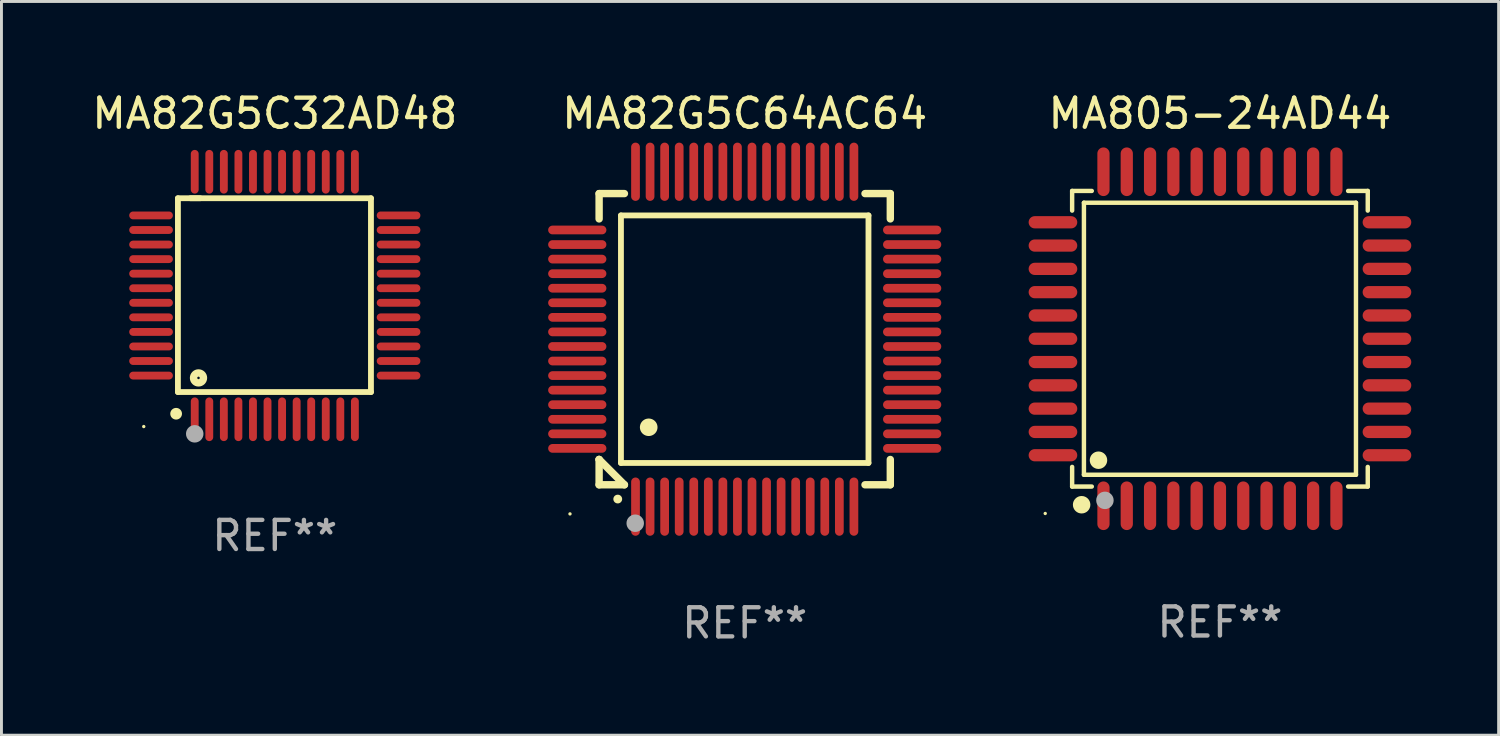
<source format=kicad_pcb>
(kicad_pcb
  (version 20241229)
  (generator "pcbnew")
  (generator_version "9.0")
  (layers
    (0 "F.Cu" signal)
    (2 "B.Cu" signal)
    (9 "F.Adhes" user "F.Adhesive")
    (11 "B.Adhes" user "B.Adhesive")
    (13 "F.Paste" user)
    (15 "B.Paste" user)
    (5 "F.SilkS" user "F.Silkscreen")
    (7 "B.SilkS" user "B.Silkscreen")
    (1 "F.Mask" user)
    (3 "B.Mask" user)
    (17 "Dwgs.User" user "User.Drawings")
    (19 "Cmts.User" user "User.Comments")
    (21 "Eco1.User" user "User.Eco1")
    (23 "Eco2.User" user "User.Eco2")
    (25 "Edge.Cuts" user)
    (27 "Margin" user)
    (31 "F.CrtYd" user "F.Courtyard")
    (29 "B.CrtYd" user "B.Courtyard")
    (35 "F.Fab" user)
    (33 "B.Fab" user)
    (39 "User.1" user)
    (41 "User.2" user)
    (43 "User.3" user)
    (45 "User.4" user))
  (footprint "MA82G5C32AD48"
    (layer "F.Cu")
    (at 6.387 7.098)
    (property "Reference" "MA82G5C32AD48" (at 0 -6.25 0) (layer "F.SilkS") (effects (font (size 1 1) (thickness 0.15))))
    (attr through_hole)
    (fp_line (start -3.327 -3.34) (end -2.565 -3.34) (stroke (width 0.2) (type solid)) (layer "F.SilkS"))
    (fp_line (start -3.327 3.315) (end -3.327 -3.34) (stroke (width 0.2) (type solid)) (layer "F.SilkS"))
    (fp_line (start -2.896 -3.34) (end 3.302 -3.34) (stroke (width 0.2) (type solid)) (layer "F.SilkS"))
    (fp_line (start 3.302 -3.34) (end 3.302 3.315) (stroke (width 0.2) (type solid)) (layer "F.SilkS"))
    (fp_line (start 3.302 3.315) (end -3.327 3.315) (stroke (width 0.2) (type solid)) (layer "F.SilkS"))
    (fp_arc (start -3.389992 4.059995) (mid -3.388722 4.059991) (end -3.387452 4.059995) (stroke (width 0.4) (type solid)) (layer "F.SilkS"))
    (fp_circle (center -4.5 4.5) (end -4.47 4.5) (stroke (width 0.06) (type solid)) (fill no) (layer "F.SilkS"))
    (fp_circle (center -2.62 2.83) (end -2.45 2.83) (stroke (width 0.254) (type solid)) (fill no) (layer "F.SilkS"))
    (fp_circle (center -2.75 4.75) (end -2.6 4.75) (stroke (width 0.3) (type solid)) (fill no) (layer "F.Fab"))
    (fp_text user "REF**" (at 0 8.25 0) (layer "F.Fab") (effects (font (size 1 1) (thickness 0.15))))
    (pad "1" smd oval (at -2.75 4.25) (size 0.27 1.5) (layers "F.Cu" "F.Mask" "F.Paste"))
    (pad "2" smd oval (at -2.25 4.25) (size 0.27 1.5) (layers "F.Cu" "F.Mask" "F.Paste"))
    (pad "3" smd oval (at -1.75 4.25) (size 0.27 1.5) (layers "F.Cu" "F.Mask" "F.Paste"))
    (pad "4" smd oval (at -1.25 4.25) (size 0.27 1.5) (layers "F.Cu" "F.Mask" "F.Paste"))
    (pad "5" smd oval (at -0.75 4.25) (size 0.27 1.5) (layers "F.Cu" "F.Mask" "F.Paste"))
    (pad "6" smd oval (at -0.25 4.25) (size 0.27 1.5) (layers "F.Cu" "F.Mask" "F.Paste"))
    (pad "7" smd oval (at 0.25 4.25) (size 0.27 1.5) (layers "F.Cu" "F.Mask" "F.Paste"))
    (pad "8" smd oval (at 0.75 4.25) (size 0.27 1.5) (layers "F.Cu" "F.Mask" "F.Paste"))
    (pad "9" smd oval (at 1.25 4.25) (size 0.27 1.5) (layers "F.Cu" "F.Mask" "F.Paste"))
    (pad "10" smd oval (at 1.75 4.25) (size 0.27 1.5) (layers "F.Cu" "F.Mask" "F.Paste"))
    (pad "11" smd oval (at 2.25 4.25) (size 0.27 1.5) (layers "F.Cu" "F.Mask" "F.Paste"))
    (pad "12" smd oval (at 2.75 4.25) (size 0.27 1.5) (layers "F.Cu" "F.Mask" "F.Paste"))
    (pad "13" smd oval (at 4.25 2.75) (size 1.5 0.27) (layers "F.Cu" "F.Mask" "F.Paste"))
    (pad "14" smd oval (at 4.25 2.25) (size 1.5 0.27) (layers "F.Cu" "F.Mask" "F.Paste"))
    (pad "15" smd oval (at 4.25 1.75) (size 1.5 0.27) (layers "F.Cu" "F.Mask" "F.Paste"))
    (pad "16" smd oval (at 4.25 1.25) (size 1.5 0.27) (layers "F.Cu" "F.Mask" "F.Paste"))
    (pad "17" smd oval (at 4.25 0.75) (size 1.5 0.27) (layers "F.Cu" "F.Mask" "F.Paste"))
    (pad "18" smd oval (at 4.25 0.25) (size 1.5 0.27) (layers "F.Cu" "F.Mask" "F.Paste"))
    (pad "19" smd oval (at 4.25 -0.25) (size 1.5 0.27) (layers "F.Cu" "F.Mask" "F.Paste"))
    (pad "20" smd oval (at 4.25 -0.75) (size 1.5 0.27) (layers "F.Cu" "F.Mask" "F.Paste"))
    (pad "21" smd oval (at 4.25 -1.25) (size 1.5 0.27) (layers "F.Cu" "F.Mask" "F.Paste"))
    (pad "22" smd oval (at 4.25 -1.75) (size 1.5 0.27) (layers "F.Cu" "F.Mask" "F.Paste"))
    (pad "23" smd oval (at 4.25 -2.25) (size 1.5 0.27) (layers "F.Cu" "F.Mask" "F.Paste"))
    (pad "24" smd oval (at 4.25 -2.75) (size 1.5 0.27) (layers "F.Cu" "F.Mask" "F.Paste"))
    (pad "25" smd oval (at 2.75 -4.25) (size 0.27 1.5) (layers "F.Cu" "F.Mask" "F.Paste"))
    (pad "26" smd oval (at 2.25 -4.25) (size 0.27 1.5) (layers "F.Cu" "F.Mask" "F.Paste"))
    (pad "27" smd oval (at 1.75 -4.25) (size 0.27 1.5) (layers "F.Cu" "F.Mask" "F.Paste"))
    (pad "28" smd oval (at 1.25 -4.25) (size 0.27 1.5) (layers "F.Cu" "F.Mask" "F.Paste"))
    (pad "29" smd oval (at 0.75 -4.25) (size 0.27 1.5) (layers "F.Cu" "F.Mask" "F.Paste"))
    (pad "30" smd oval (at 0.25 -4.25) (size 0.27 1.5) (layers "F.Cu" "F.Mask" "F.Paste"))
    (pad "31" smd oval (at -0.25 -4.25) (size 0.27 1.5) (layers "F.Cu" "F.Mask" "F.Paste"))
    (pad "32" smd oval (at -0.75 -4.25) (size 0.27 1.5) (layers "F.Cu" "F.Mask" "F.Paste"))
    (pad "33" smd oval (at -1.25 -4.25) (size 0.27 1.5) (layers "F.Cu" "F.Mask" "F.Paste"))
    (pad "34" smd oval (at -1.75 -4.25) (size 0.27 1.5) (layers "F.Cu" "F.Mask" "F.Paste"))
    (pad "35" smd oval (at -2.25 -4.25) (size 0.27 1.5) (layers "F.Cu" "F.Mask" "F.Paste"))
    (pad "36" smd oval (at -2.75 -4.25) (size 0.27 1.5) (layers "F.Cu" "F.Mask" "F.Paste"))
    (pad "37" smd oval (at -4.25 -2.75) (size 1.5 0.27) (layers "F.Cu" "F.Mask" "F.Paste"))
    (pad "38" smd oval (at -4.25 -2.25) (size 1.5 0.27) (layers "F.Cu" "F.Mask" "F.Paste"))
    (pad "39" smd oval (at -4.25 -1.75) (size 1.5 0.27) (layers "F.Cu" "F.Mask" "F.Paste"))
    (pad "40" smd oval (at -4.25 -1.25) (size 1.5 0.27) (layers "F.Cu" "F.Mask" "F.Paste"))
    (pad "41" smd oval (at -4.25 -0.75) (size 1.5 0.27) (layers "F.Cu" "F.Mask" "F.Paste"))
    (pad "42" smd oval (at -4.25 -0.25) (size 1.5 0.27) (layers "F.Cu" "F.Mask" "F.Paste"))
    (pad "43" smd oval (at -4.25 0.25) (size 1.5 0.27) (layers "F.Cu" "F.Mask" "F.Paste"))
    (pad "44" smd oval (at -4.25 0.75) (size 1.5 0.27) (layers "F.Cu" "F.Mask" "F.Paste"))
    (pad "45" smd oval (at -4.25 1.25) (size 1.5 0.27) (layers "F.Cu" "F.Mask" "F.Paste"))
    (pad "46" smd oval (at -4.25 1.75) (size 1.5 0.27) (layers "F.Cu" "F.Mask" "F.Paste"))
    (pad "47" smd oval (at -4.25 2.25) (size 1.5 0.27) (layers "F.Cu" "F.Mask" "F.Paste"))
    (pad "48" smd oval (at -4.25 2.75) (size 1.5 0.27) (layers "F.Cu" "F.Mask" "F.Paste")))
  (footprint "MA82G5C64AC64"
    (layer "F.Cu")
    (at 22.524 8.598)
    (property "Reference" "MA82G5C64AC64" (at 0 -7.75 0) (layer "F.SilkS") (effects (font (size 1 1) (thickness 0.15))))
    (attr through_hole)
    (fp_line (start -5 -5) (end -4.131 -5) (stroke (width 0.254) (type solid)) (layer "F.SilkS"))
    (fp_line (start -5 -4.131) (end -5 -5) (stroke (width 0.254) (type solid)) (layer "F.SilkS"))
    (fp_line (start -5 4.131) (end -5 4.131) (stroke (width 0.254) (type solid)) (layer "F.SilkS"))
    (fp_line (start -5 5) (end -5 4.131) (stroke (width 0.254) (type solid)) (layer "F.SilkS"))
    (fp_line (start -5 4.131) (end -4.131 5) (stroke (width 0.254) (type solid)) (layer "F.SilkS"))
    (fp_line (start -4.25 -4.25) (end -4.25 4.25) (stroke (width 0.2) (type solid)) (layer "F.SilkS"))
    (fp_line (start -4.25 4.25) (end 4.25 4.25) (stroke (width 0.2) (type solid)) (layer "F.SilkS"))
    (fp_line (start -4.131 5) (end -5 5) (stroke (width 0.254) (type solid)) (layer "F.SilkS"))
    (fp_line (start 4.25 -4.25) (end -4.25 -4.25) (stroke (width 0.2) (type solid)) (layer "F.SilkS"))
    (fp_line (start 4.25 4.25) (end 4.25 -4.25) (stroke (width 0.2) (type solid)) (layer "F.SilkS"))
    (fp_line (start 5 -5) (end 4.131 -5) (stroke (width 0.254) (type solid)) (layer "F.SilkS"))
    (fp_line (start 5 -5) (end 5 -4.131) (stroke (width 0.254) (type solid)) (layer "F.SilkS"))
    (fp_line (start 5 4.131) (end 5 5) (stroke (width 0.254) (type solid)) (layer "F.SilkS"))
    (fp_line (start 5 5) (end 4.131 5) (stroke (width 0.254) (type solid)) (layer "F.SilkS"))
    (fp_arc (start -4.361265 5.489992) (mid -4.359995 5.489987) (end -4.358725 5.489992) (stroke (width 0.3) (type solid)) (layer "F.SilkS"))
    (fp_arc (start -3.299467 3.025146) (mid -3.296927 3.025135) (end -3.294387 3.025146) (stroke (width 0.6) (type solid)) (layer "F.SilkS"))
    (fp_circle (center -6 6) (end -5.97 6) (stroke (width 0.06) (type solid)) (fill no) (layer "F.SilkS"))
    (fp_circle (center -3.76 6.32) (end -3.61 6.32) (stroke (width 0.3) (type solid)) (fill no) (layer "F.Fab"))
    (fp_text user "REF**" (at 0 9.75 0) (layer "F.Fab") (effects (font (size 1 1) (thickness 0.15))))
    (pad "1" smd oval (at -3.75 5.75) (size 0.3 2) (layers "F.Cu" "F.Mask" "F.Paste"))
    (pad "2" smd oval (at -3.25 5.75) (size 0.3 2) (layers "F.Cu" "F.Mask" "F.Paste"))
    (pad "3" smd oval (at -2.75 5.75) (size 0.3 2) (layers "F.Cu" "F.Mask" "F.Paste"))
    (pad "4" smd oval (at -2.25 5.75) (size 0.3 2) (layers "F.Cu" "F.Mask" "F.Paste"))
    (pad "5" smd oval (at -1.75 5.75) (size 0.3 2) (layers "F.Cu" "F.Mask" "F.Paste"))
    (pad "6" smd oval (at -1.25 5.75) (size 0.3 2) (layers "F.Cu" "F.Mask" "F.Paste"))
    (pad "7" smd oval (at -0.75 5.75) (size 0.3 2) (layers "F.Cu" "F.Mask" "F.Paste"))
    (pad "8" smd oval (at -0.25 5.75) (size 0.3 2) (layers "F.Cu" "F.Mask" "F.Paste"))
    (pad "9" smd oval (at 0.25 5.75) (size 0.3 2) (layers "F.Cu" "F.Mask" "F.Paste"))
    (pad "10" smd oval (at 0.75 5.75) (size 0.3 2) (layers "F.Cu" "F.Mask" "F.Paste"))
    (pad "11" smd oval (at 1.25 5.75) (size 0.3 2) (layers "F.Cu" "F.Mask" "F.Paste"))
    (pad "12" smd oval (at 1.75 5.75) (size 0.3 2) (layers "F.Cu" "F.Mask" "F.Paste"))
    (pad "13" smd oval (at 2.25 5.75) (size 0.3 2) (layers "F.Cu" "F.Mask" "F.Paste"))
    (pad "14" smd oval (at 2.75 5.75) (size 0.3 2) (layers "F.Cu" "F.Mask" "F.Paste"))
    (pad "15" smd oval (at 3.25 5.75) (size 0.3 2) (layers "F.Cu" "F.Mask" "F.Paste"))
    (pad "16" smd oval (at 3.75 5.75) (size 0.3 2) (layers "F.Cu" "F.Mask" "F.Paste"))
    (pad "17" smd oval (at 5.75 3.75) (size 2 0.3) (layers "F.Cu" "F.Mask" "F.Paste"))
    (pad "18" smd oval (at 5.75 3.25) (size 2 0.3) (layers "F.Cu" "F.Mask" "F.Paste"))
    (pad "19" smd oval (at 5.75 2.75) (size 2 0.3) (layers "F.Cu" "F.Mask" "F.Paste"))
    (pad "20" smd oval (at 5.75 2.25) (size 2 0.3) (layers "F.Cu" "F.Mask" "F.Paste"))
    (pad "21" smd oval (at 5.75 1.75) (size 2 0.3) (layers "F.Cu" "F.Mask" "F.Paste"))
    (pad "22" smd oval (at 5.75 1.25) (size 2 0.3) (layers "F.Cu" "F.Mask" "F.Paste"))
    (pad "23" smd oval (at 5.75 0.75) (size 2 0.3) (layers "F.Cu" "F.Mask" "F.Paste"))
    (pad "24" smd oval (at 5.75 0.25) (size 2 0.3) (layers "F.Cu" "F.Mask" "F.Paste"))
    (pad "25" smd oval (at 5.75 -0.25) (size 2 0.3) (layers "F.Cu" "F.Mask" "F.Paste"))
    (pad "26" smd oval (at 5.75 -0.75) (size 2 0.3) (layers "F.Cu" "F.Mask" "F.Paste"))
    (pad "27" smd oval (at 5.75 -1.25) (size 2 0.3) (layers "F.Cu" "F.Mask" "F.Paste"))
    (pad "28" smd oval (at 5.75 -1.75) (size 2 0.3) (layers "F.Cu" "F.Mask" "F.Paste"))
    (pad "29" smd oval (at 5.75 -2.25) (size 2 0.3) (layers "F.Cu" "F.Mask" "F.Paste"))
    (pad "30" smd oval (at 5.75 -2.75) (size 2 0.3) (layers "F.Cu" "F.Mask" "F.Paste"))
    (pad "31" smd oval (at 5.75 -3.25) (size 2 0.3) (layers "F.Cu" "F.Mask" "F.Paste"))
    (pad "32" smd oval (at 5.75 -3.75) (size 2 0.3) (layers "F.Cu" "F.Mask" "F.Paste"))
    (pad "33" smd oval (at 3.75 -5.75) (size 0.3 2) (layers "F.Cu" "F.Mask" "F.Paste"))
    (pad "34" smd oval (at 3.25 -5.75) (size 0.3 2) (layers "F.Cu" "F.Mask" "F.Paste"))
    (pad "35" smd oval (at 2.75 -5.75) (size 0.3 2) (layers "F.Cu" "F.Mask" "F.Paste"))
    (pad "36" smd oval (at 2.25 -5.75) (size 0.3 2) (layers "F.Cu" "F.Mask" "F.Paste"))
    (pad "37" smd oval (at 1.75 -5.75) (size 0.3 2) (layers "F.Cu" "F.Mask" "F.Paste"))
    (pad "38" smd oval (at 1.25 -5.75) (size 0.3 2) (layers "F.Cu" "F.Mask" "F.Paste"))
    (pad "39" smd oval (at 0.75 -5.75) (size 0.3 2) (layers "F.Cu" "F.Mask" "F.Paste"))
    (pad "40" smd oval (at 0.25 -5.75) (size 0.3 2) (layers "F.Cu" "F.Mask" "F.Paste"))
    (pad "41" smd oval (at -0.25 -5.75) (size 0.3 2) (layers "F.Cu" "F.Mask" "F.Paste"))
    (pad "42" smd oval (at -0.75 -5.75) (size 0.3 2) (layers "F.Cu" "F.Mask" "F.Paste"))
    (pad "43" smd oval (at -1.25 -5.75) (size 0.3 2) (layers "F.Cu" "F.Mask" "F.Paste"))
    (pad "44" smd oval (at -1.75 -5.75) (size 0.3 2) (layers "F.Cu" "F.Mask" "F.Paste"))
    (pad "45" smd oval (at -2.25 -5.75) (size 0.3 2) (layers "F.Cu" "F.Mask" "F.Paste"))
    (pad "46" smd oval (at -2.75 -5.75) (size 0.3 2) (layers "F.Cu" "F.Mask" "F.Paste"))
    (pad "47" smd oval (at -3.25 -5.75) (size 0.3 2) (layers "F.Cu" "F.Mask" "F.Paste"))
    (pad "48" smd oval (at -3.75 -5.75) (size 0.3 2) (layers "F.Cu" "F.Mask" "F.Paste"))
    (pad "49" smd oval (at -5.75 -3.75) (size 2 0.3) (layers "F.Cu" "F.Mask" "F.Paste"))
    (pad "50" smd oval (at -5.75 -3.25) (size 2 0.3) (layers "F.Cu" "F.Mask" "F.Paste"))
    (pad "51" smd oval (at -5.75 -2.75) (size 2 0.3) (layers "F.Cu" "F.Mask" "F.Paste"))
    (pad "52" smd oval (at -5.75 -2.25) (size 2 0.3) (layers "F.Cu" "F.Mask" "F.Paste"))
    (pad "53" smd oval (at -5.75 -1.75) (size 2 0.3) (layers "F.Cu" "F.Mask" "F.Paste"))
    (pad "54" smd oval (at -5.75 -1.25) (size 2 0.3) (layers "F.Cu" "F.Mask" "F.Paste"))
    (pad "55" smd oval (at -5.75 -0.75) (size 2 0.3) (layers "F.Cu" "F.Mask" "F.Paste"))
    (pad "56" smd oval (at -5.75 -0.25) (size 2 0.3) (layers "F.Cu" "F.Mask" "F.Paste"))
    (pad "57" smd oval (at -5.75 0.25) (size 2 0.3) (layers "F.Cu" "F.Mask" "F.Paste"))
    (pad "58" smd oval (at -5.75 0.75) (size 2 0.3) (layers "F.Cu" "F.Mask" "F.Paste"))
    (pad "59" smd oval (at -5.75 1.25) (size 2 0.3) (layers "F.Cu" "F.Mask" "F.Paste"))
    (pad "60" smd oval (at -5.75 1.75) (size 2 0.3) (layers "F.Cu" "F.Mask" "F.Paste"))
    (pad "61" smd oval (at -5.75 2.25) (size 2 0.3) (layers "F.Cu" "F.Mask" "F.Paste"))
    (pad "62" smd oval (at -5.75 2.75) (size 2 0.3) (layers "F.Cu" "F.Mask" "F.Paste"))
    (pad "63" smd oval (at -5.75 3.25) (size 2 0.3) (layers "F.Cu" "F.Mask" "F.Paste"))
    (pad "64" smd oval (at -5.75 3.75) (size 2 0.3) (layers "F.Cu" "F.Mask" "F.Paste")))
  (footprint "MA805-24AD44"
    (layer "F.Cu")
    (at 38.844 8.583)
    (property "Reference" "MA805-24AD44" (at 0 -7.735 0) (layer "F.SilkS") (effects (font (size 1 1) (thickness 0.15))))
    (attr through_hole)
    (fp_line (start -5.076 -5.076) (end -4.401 -5.076) (stroke (width 0.152) (type solid)) (layer "F.SilkS"))
    (fp_line (start -5.076 -4.401) (end -5.076 -5.076) (stroke (width 0.152) (type solid)) (layer "F.SilkS"))
    (fp_line (start -5.076 4.401) (end -5.076 5.076) (stroke (width 0.152) (type solid)) (layer "F.SilkS"))
    (fp_line (start -5.076 5.076) (end -4.401 5.076) (stroke (width 0.152) (type solid)) (layer "F.SilkS"))
    (fp_line (start -4.671 -4.671) (end 4.671 -4.671) (stroke (width 0.152) (type solid)) (layer "F.SilkS"))
    (fp_line (start -4.671 4.671) (end -4.671 -4.671) (stroke (width 0.152) (type solid)) (layer "F.SilkS"))
    (fp_line (start 4.671 -4.671) (end 4.671 4.671) (stroke (width 0.152) (type solid)) (layer "F.SilkS"))
    (fp_line (start 4.671 4.671) (end -4.671 4.671) (stroke (width 0.152) (type solid)) (layer "F.SilkS"))
    (fp_line (start 5.076 -5.076) (end 4.401 -5.076) (stroke (width 0.152) (type solid)) (layer "F.SilkS"))
    (fp_line (start 5.076 -4.401) (end 5.076 -5.076) (stroke (width 0.152) (type solid)) (layer "F.SilkS"))
    (fp_line (start 5.076 4.401) (end 5.076 5.076) (stroke (width 0.152) (type solid)) (layer "F.SilkS"))
    (fp_line (start 5.076 5.076) (end 4.401 5.076) (stroke (width 0.152) (type solid)) (layer "F.SilkS"))
    (fp_circle (center -6 6) (end -5.97 6) (stroke (width 0.06) (type solid)) (fill no) (layer "F.SilkS"))
    (fp_circle (center -4.75 5.7) (end -4.6 5.7) (stroke (width 0.3) (type solid)) (fill no) (layer "F.SilkS"))
    (fp_circle (center -4.171 4.171) (end -4.021 4.171) (stroke (width 0.3) (type solid)) (fill no) (layer "F.SilkS"))
    (fp_circle (center -3.95 5.55) (end -3.8 5.55) (stroke (width 0.3) (type solid)) (fill no) (layer "F.Fab"))
    (fp_text user "REF**" (at 0 9.735 0) (layer "F.Fab") (effects (font (size 1 1) (thickness 0.15))))
    (pad "1" smd oval (at -4 5.735) (size 0.42 1.67) (layers "F.Cu" "F.Mask" "F.Paste"))
    (pad "2" smd oval (at -3.2 5.735) (size 0.42 1.67) (layers "F.Cu" "F.Mask" "F.Paste"))
    (pad "3" smd oval (at -2.4 5.735) (size 0.42 1.67) (layers "F.Cu" "F.Mask" "F.Paste"))
    (pad "4" smd oval (at -1.6 5.735) (size 0.42 1.67) (layers "F.Cu" "F.Mask" "F.Paste"))
    (pad "5" smd oval (at -0.8 5.735) (size 0.42 1.67) (layers "F.Cu" "F.Mask" "F.Paste"))
    (pad "6" smd oval (at 0 5.735) (size 0.42 1.67) (layers "F.Cu" "F.Mask" "F.Paste"))
    (pad "7" smd oval (at 0.8 5.735) (size 0.42 1.67) (layers "F.Cu" "F.Mask" "F.Paste"))
    (pad "8" smd oval (at 1.6 5.735) (size 0.42 1.67) (layers "F.Cu" "F.Mask" "F.Paste"))
    (pad "9" smd oval (at 2.4 5.735) (size 0.42 1.67) (layers "F.Cu" "F.Mask" "F.Paste"))
    (pad "10" smd oval (at 3.2 5.735) (size 0.42 1.67) (layers "F.Cu" "F.Mask" "F.Paste"))
    (pad "11" smd oval (at 4 5.735) (size 0.42 1.67) (layers "F.Cu" "F.Mask" "F.Paste"))
    (pad "12" smd oval (at 5.735 4) (size 1.67 0.42) (layers "F.Cu" "F.Mask" "F.Paste"))
    (pad "13" smd oval (at 5.735 3.2) (size 1.67 0.42) (layers "F.Cu" "F.Mask" "F.Paste"))
    (pad "14" smd oval (at 5.735 2.4) (size 1.67 0.42) (layers "F.Cu" "F.Mask" "F.Paste"))
    (pad "15" smd oval (at 5.735 1.6) (size 1.67 0.42) (layers "F.Cu" "F.Mask" "F.Paste"))
    (pad "16" smd oval (at 5.735 0.8) (size 1.67 0.42) (layers "F.Cu" "F.Mask" "F.Paste"))
    (pad "17" smd oval (at 5.735 0) (size 1.67 0.42) (layers "F.Cu" "F.Mask" "F.Paste"))
    (pad "18" smd oval (at 5.735 -0.8) (size 1.67 0.42) (layers "F.Cu" "F.Mask" "F.Paste"))
    (pad "19" smd oval (at 5.735 -1.6) (size 1.67 0.42) (layers "F.Cu" "F.Mask" "F.Paste"))
    (pad "20" smd oval (at 5.735 -2.4) (size 1.67 0.42) (layers "F.Cu" "F.Mask" "F.Paste"))
    (pad "21" smd oval (at 5.735 -3.2) (size 1.67 0.42) (layers "F.Cu" "F.Mask" "F.Paste"))
    (pad "22" smd oval (at 5.735 -4) (size 1.67 0.42) (layers "F.Cu" "F.Mask" "F.Paste"))
    (pad "23" smd oval (at 4 -5.735) (size 0.42 1.67) (layers "F.Cu" "F.Mask" "F.Paste"))
    (pad "24" smd oval (at 3.2 -5.735) (size 0.42 1.67) (layers "F.Cu" "F.Mask" "F.Paste"))
    (pad "25" smd oval (at 2.4 -5.735) (size 0.42 1.67) (layers "F.Cu" "F.Mask" "F.Paste"))
    (pad "26" smd oval (at 1.6 -5.735) (size 0.42 1.67) (layers "F.Cu" "F.Mask" "F.Paste"))
    (pad "27" smd oval (at 0.8 -5.735) (size 0.42 1.67) (layers "F.Cu" "F.Mask" "F.Paste"))
    (pad "28" smd oval (at 0 -5.735) (size 0.42 1.67) (layers "F.Cu" "F.Mask" "F.Paste"))
    (pad "29" smd oval (at -0.8 -5.735) (size 0.42 1.67) (layers "F.Cu" "F.Mask" "F.Paste"))
    (pad "30" smd oval (at -1.6 -5.735) (size 0.42 1.67) (layers "F.Cu" "F.Mask" "F.Paste"))
    (pad "31" smd oval (at -2.4 -5.735) (size 0.42 1.67) (layers "F.Cu" "F.Mask" "F.Paste"))
    (pad "32" smd oval (at -3.2 -5.735) (size 0.42 1.67) (layers "F.Cu" "F.Mask" "F.Paste"))
    (pad "33" smd oval (at -4 -5.735) (size 0.42 1.67) (layers "F.Cu" "F.Mask" "F.Paste"))
    (pad "34" smd oval (at -5.735 -4) (size 1.67 0.42) (layers "F.Cu" "F.Mask" "F.Paste"))
    (pad "35" smd oval (at -5.735 -3.2) (size 1.67 0.42) (layers "F.Cu" "F.Mask" "F.Paste"))
    (pad "36" smd oval (at -5.735 -2.4) (size 1.67 0.42) (layers "F.Cu" "F.Mask" "F.Paste"))
    (pad "37" smd oval (at -5.735 -1.6) (size 1.67 0.42) (layers "F.Cu" "F.Mask" "F.Paste"))
    (pad "38" smd oval (at -5.735 -0.8) (size 1.67 0.42) (layers "F.Cu" "F.Mask" "F.Paste"))
    (pad "39" smd oval (at -5.735 0) (size 1.67 0.42) (layers "F.Cu" "F.Mask" "F.Paste"))
    (pad "40" smd oval (at -5.735 0.8) (size 1.67 0.42) (layers "F.Cu" "F.Mask" "F.Paste"))
    (pad "41" smd oval (at -5.735 1.6) (size 1.67 0.42) (layers "F.Cu" "F.Mask" "F.Paste"))
    (pad "42" smd oval (at -5.735 2.4) (size 1.67 0.42) (layers "F.Cu" "F.Mask" "F.Paste"))
    (pad "43" smd oval (at -5.735 3.2) (size 1.67 0.42) (layers "F.Cu" "F.Mask" "F.Paste"))
    (pad "44" smd oval (at -5.735 4) (size 1.67 0.42) (layers "F.Cu" "F.Mask" "F.Paste")))
  (gr_rect
    (start -3 -3)
    (end 48.414 22.196)
    (stroke (width 0.1) (type default))
    (fill no)
    (layer "Edge.Cuts")))
</source>
